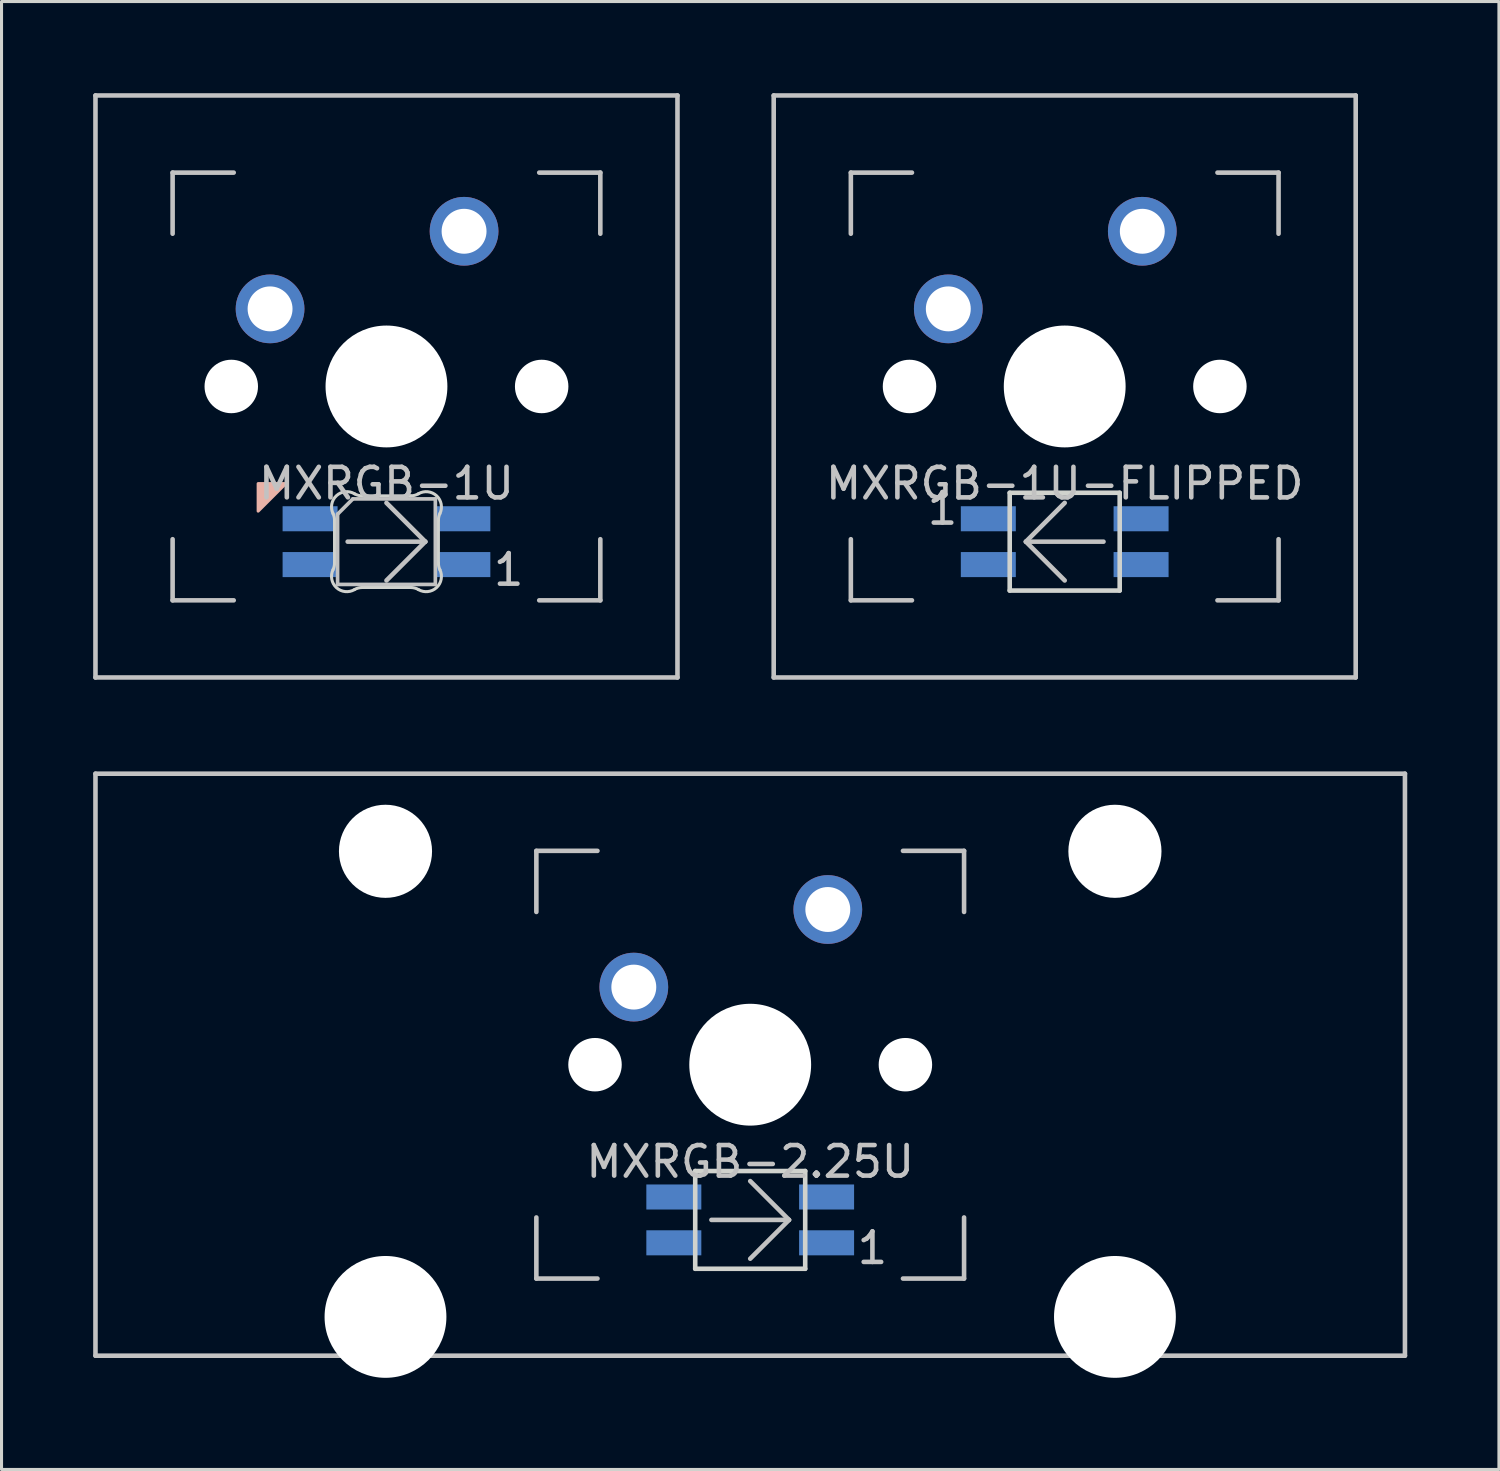
<source format=kicad_pcb>
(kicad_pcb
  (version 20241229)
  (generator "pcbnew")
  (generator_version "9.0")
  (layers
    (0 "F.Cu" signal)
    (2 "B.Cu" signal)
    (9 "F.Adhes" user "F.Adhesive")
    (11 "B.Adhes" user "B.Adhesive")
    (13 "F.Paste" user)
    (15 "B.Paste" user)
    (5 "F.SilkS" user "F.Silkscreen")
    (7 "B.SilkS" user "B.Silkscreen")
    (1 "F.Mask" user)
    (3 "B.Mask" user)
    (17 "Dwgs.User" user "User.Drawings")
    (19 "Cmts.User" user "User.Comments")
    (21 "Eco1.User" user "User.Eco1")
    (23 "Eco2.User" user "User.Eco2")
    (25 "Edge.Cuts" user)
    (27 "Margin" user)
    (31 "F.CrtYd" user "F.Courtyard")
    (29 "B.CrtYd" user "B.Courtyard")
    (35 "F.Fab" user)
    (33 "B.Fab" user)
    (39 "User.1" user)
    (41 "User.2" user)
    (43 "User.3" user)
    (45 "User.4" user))
  (footprint "MXRGB-1U"
    (layer "F.Cu")
    (at 9.6 9.6)
    (property "Reference" "MXRGB-1U" (at 0 3.175 0) (layer "Dwgs.User") (effects (font (size 1 1) (thickness 0.15))))
    (attr through_hole)
    (fp_poly (pts (xy -4.2 4.08) (xy -3.3 3.18) (xy -4.2 3.18)) (stroke (width 0.1) (type solid)) (fill yes) (layer "B.SilkS"))
    (fp_line (start -9.525 -9.525) (end 9.525 -9.525) (stroke (width 0.15) (type solid)) (layer "Dwgs.User"))
    (fp_line (start -9.525 9.525) (end -9.525 -9.525) (stroke (width 0.15) (type solid)) (layer "Dwgs.User"))
    (fp_line (start -7 -7) (end -7 -5) (stroke (width 0.15) (type solid)) (layer "Dwgs.User"))
    (fp_line (start -7 5) (end -7 7) (stroke (width 0.15) (type solid)) (layer "Dwgs.User"))
    (fp_line (start -7 7) (end -5 7) (stroke (width 0.15) (type solid)) (layer "Dwgs.User"))
    (fp_line (start -5 -7) (end -7 -7) (stroke (width 0.15) (type solid)) (layer "Dwgs.User"))
    (fp_line (start -1.6 4.18) (end -1.6 6.48) (stroke (width 0.12) (type solid)) (layer "Dwgs.User"))
    (fp_line (start -1.6 4.18) (end -1.1 3.68) (stroke (width 0.12) (type solid)) (layer "Dwgs.User"))
    (fp_line (start -1.6 6.48) (end 1.6 6.48) (stroke (width 0.12) (type solid)) (layer "Dwgs.User"))
    (fp_line (start -1.27 5.08) (end 1.27 5.08) (stroke (width 0.15) (type solid)) (layer "Dwgs.User"))
    (fp_line (start 1.27 5.08) (end 0 3.81) (stroke (width 0.15) (type solid)) (layer "Dwgs.User"))
    (fp_line (start 1.27 5.08) (end 0 6.35) (stroke (width 0.15) (type solid)) (layer "Dwgs.User"))
    (fp_line (start 1.6 3.68) (end -1.1 3.68) (stroke (width 0.12) (type solid)) (layer "Dwgs.User"))
    (fp_line (start 1.6 6.48) (end 1.6 3.68) (stroke (width 0.12) (type solid)) (layer "Dwgs.User"))
    (fp_line (start 5 -7) (end 7 -7) (stroke (width 0.15) (type solid)) (layer "Dwgs.User"))
    (fp_line (start 5 7) (end 7 7) (stroke (width 0.15) (type solid)) (layer "Dwgs.User"))
    (fp_line (start 7 -7) (end 7 -5) (stroke (width 0.15) (type solid)) (layer "Dwgs.User"))
    (fp_line (start 7 7) (end 7 5) (stroke (width 0.15) (type solid)) (layer "Dwgs.User"))
    (fp_line (start 9.525 -9.525) (end 9.525 9.525) (stroke (width 0.15) (type solid)) (layer "Dwgs.User"))
    (fp_line (start 9.525 9.525) (end -9.525 9.525) (stroke (width 0.15) (type solid)) (layer "Dwgs.User"))
    (fp_line (start -1.7 5.783) (end -1.7 4.377) (stroke (width 0.1) (type solid)) (layer "Edge.Cuts"))
    (fp_line (start -0.794 3.58) (end 0.794 3.58) (stroke (width 0.1) (type solid)) (layer "Edge.Cuts"))
    (fp_line (start 0.794 6.58) (end -0.794 6.58) (stroke (width 0.1) (type solid)) (layer "Edge.Cuts"))
    (fp_line (start 1.7 4.377) (end 1.7 5.783) (stroke (width 0.1) (type solid)) (layer "Edge.Cuts"))
    (fp_arc (start -1.749484 4.160281) (mid -1.712527 4.265933) (end -1.699999 4.377159) (stroke (width 0.1) (type solid)) (layer "Edge.Cuts"))
    (fp_arc (start -1.749484 4.160282) (mid -1.638072 3.575966) (end -1.046711 3.511702) (stroke (width 0.1) (type solid)) (layer "Edge.Cuts"))
    (fp_arc (start -1.699999 5.782844) (mid -1.712527 5.894069) (end -1.749484 5.999721) (stroke (width 0.1) (type solid)) (layer "Edge.Cuts"))
    (fp_arc (start -1.046711 6.648299) (mid -1.638071 6.584035) (end -1.749484 5.999721) (stroke (width 0.1) (type solid)) (layer "Edge.Cuts"))
    (fp_arc (start -1.046711 6.648299) (mid -0.925123 6.597377) (end -0.794453 6.58) (stroke (width 0.1) (type solid)) (layer "Edge.Cuts"))
    (fp_arc (start -0.794452 3.580001) (mid -0.925123 3.562624) (end -1.046711 3.511702) (stroke (width 0.1) (type solid)) (layer "Edge.Cuts"))
    (fp_arc (start 0.794453 6.580001) (mid 0.925123 6.597378) (end 1.046711 6.6483) (stroke (width 0.1) (type solid)) (layer "Edge.Cuts"))
    (fp_arc (start 1.04671 3.511702) (mid 0.925122 3.562624) (end 0.794452 3.580001) (stroke (width 0.1) (type solid)) (layer "Edge.Cuts"))
    (fp_arc (start 1.046711 3.511704) (mid 1.63807 3.575967) (end 1.749484 4.160281) (stroke (width 0.1) (type solid)) (layer "Edge.Cuts"))
    (fp_arc (start 1.699999 4.377158) (mid 1.712527 4.265933) (end 1.749484 4.160281) (stroke (width 0.1) (type solid)) (layer "Edge.Cuts"))
    (fp_arc (start 1.749484 5.999721) (mid 1.638071 6.584036) (end 1.046711 6.6483) (stroke (width 0.1) (type solid)) (layer "Edge.Cuts"))
    (fp_arc (start 1.749484 5.999721) (mid 1.712527 5.894069) (end 1.699999 5.782843) (stroke (width 0.1) (type solid)) (layer "Edge.Cuts"))
    (fp_text user "1" (at 4 6 0) (layer "Dwgs.User") (effects (font (size 1 1) (thickness 0.15))))
    (pad "" np_thru_hole circle (at -5.08 0 48.1) (size 1.75 1.75) (drill 1.75) (layers "*.Cu" "*.Mask"))
    (pad "" np_thru_hole circle (at 0 0) (size 3.988 3.988) (drill 3.988) (layers "*.Cu" "*.Mask"))
    (pad "" np_thru_hole circle (at 5.08 0 48.1) (size 1.75 1.75) (drill 1.75) (layers "*.Cu" "*.Mask"))
    (pad "1" thru_hole circle (at -3.81 -2.54) (size 2.25 2.25) (drill 1.47) (layers "*.Cu" "B.Mask"))
    (pad "2" thru_hole circle (at 2.54 -5.08) (size 2.25 2.25) (drill 1.47) (layers "*.Cu" "B.Mask"))
    (pad "3" smd rect (at 2.5 5.83) (size 1.8 0.82) (layers "B.Cu" "B.Mask" "B.Paste"))
    (pad "4" smd rect (at 2.5 4.33) (size 1.8 0.82) (layers "B.Cu" "B.Mask" "B.Paste"))
    (pad "5" smd rect (at -2.5 4.33) (size 1.8 0.82) (layers "B.Cu" "B.Mask" "B.Paste"))
    (pad "6" smd rect (at -2.5 5.83) (size 1.8 0.82) (layers "B.Cu" "B.Mask" "B.Paste")))
  (footprint "MXRGB-1U-FLIPPED"
    (layer "F.Cu")
    (at 31.8 9.6)
    (property "Reference" "MXRGB-1U-FLIPPED" (at 0 3.175 0) (layer "Dwgs.User") (effects (font (size 1 1) (thickness 0.15))))
    (attr through_hole)
    (fp_line (start -9.525 -9.525) (end 9.525 -9.525) (stroke (width 0.15) (type solid)) (layer "Dwgs.User"))
    (fp_line (start -9.525 9.525) (end -9.525 -9.525) (stroke (width 0.15) (type solid)) (layer "Dwgs.User"))
    (fp_line (start -7 -7) (end -7 -5) (stroke (width 0.15) (type solid)) (layer "Dwgs.User"))
    (fp_line (start -7 5) (end -7 7) (stroke (width 0.15) (type solid)) (layer "Dwgs.User"))
    (fp_line (start -7 7) (end -5 7) (stroke (width 0.15) (type solid)) (layer "Dwgs.User"))
    (fp_line (start -5 -7) (end -7 -7) (stroke (width 0.15) (type solid)) (layer "Dwgs.User"))
    (fp_line (start -1.27 5.08) (end 0 3.81) (stroke (width 0.15) (type solid)) (layer "Dwgs.User"))
    (fp_line (start -1.27 5.08) (end 0 6.35) (stroke (width 0.15) (type solid)) (layer "Dwgs.User"))
    (fp_line (start -1.27 5.08) (end 1.27 5.08) (stroke (width 0.15) (type solid)) (layer "Dwgs.User"))
    (fp_line (start 5 -7) (end 7 -7) (stroke (width 0.15) (type solid)) (layer "Dwgs.User"))
    (fp_line (start 5 7) (end 7 7) (stroke (width 0.15) (type solid)) (layer "Dwgs.User"))
    (fp_line (start 7 -7) (end 7 -5) (stroke (width 0.15) (type solid)) (layer "Dwgs.User"))
    (fp_line (start 7 7) (end 7 5) (stroke (width 0.15) (type solid)) (layer "Dwgs.User"))
    (fp_line (start 9.525 -9.525) (end 9.525 9.525) (stroke (width 0.15) (type solid)) (layer "Dwgs.User"))
    (fp_line (start 9.525 9.525) (end -9.525 9.525) (stroke (width 0.15) (type solid)) (layer "Dwgs.User"))
    (fp_line (start -1.8 3.48) (end -1.8 6.68) (stroke (width 0.15) (type solid)) (layer "Edge.Cuts"))
    (fp_line (start -1.8 3.48) (end 1.8 3.48) (stroke (width 0.15) (type solid)) (layer "Edge.Cuts"))
    (fp_line (start 1.8 3.48) (end 1.8 6.68) (stroke (width 0.15) (type solid)) (layer "Edge.Cuts"))
    (fp_line (start 1.8 6.68) (end -1.8 6.68) (stroke (width 0.15) (type solid)) (layer "Edge.Cuts"))
    (fp_text user "1" (at -4 4 0) (layer "Dwgs.User") (effects (font (size 1 1) (thickness 0.15))))
    (pad "" np_thru_hole circle (at -5.08 0 48.1) (size 1.75 1.75) (drill 1.75) (layers "*.Cu" "*.Mask"))
    (pad "" np_thru_hole circle (at 0 0) (size 3.988 3.988) (drill 3.988) (layers "*.Cu" "*.Mask"))
    (pad "" np_thru_hole circle (at 5.08 0 48.1) (size 1.75 1.75) (drill 1.75) (layers "*.Cu" "*.Mask"))
    (pad "1" thru_hole circle (at -3.81 -2.54) (size 2.25 2.25) (drill 1.47) (layers "*.Cu" "B.Mask"))
    (pad "2" thru_hole circle (at 2.54 -5.08) (size 2.25 2.25) (drill 1.47) (layers "*.Cu" "B.Mask"))
    (pad "3" smd rect (at -2.5 4.33) (size 1.8 0.82) (layers "B.Cu" "B.Mask" "B.Paste"))
    (pad "4" smd rect (at -2.5 5.83) (size 1.8 0.82) (layers "B.Cu" "B.Mask" "B.Paste"))
    (pad "5" smd rect (at 2.5 5.83) (size 1.8 0.82) (layers "B.Cu" "B.Mask" "B.Paste"))
    (pad "6" smd rect (at 2.5 4.33) (size 1.8 0.82) (layers "B.Cu" "B.Mask" "B.Paste")))
  (footprint "MXRGB-2.25U"
    (layer "F.Cu")
    (at 21.506 31.8)
    (property "Reference" "MXRGB-2.25U" (at 0 3.175 0) (layer "Dwgs.User") (effects (font (size 1 1) (thickness 0.15))))
    (attr through_hole)
    (fp_line (start -21.431 -9.525) (end 21.431 -9.525) (stroke (width 0.15) (type solid)) (layer "Dwgs.User"))
    (fp_line (start -21.431 9.525) (end -21.431 -9.525) (stroke (width 0.15) (type solid)) (layer "Dwgs.User"))
    (fp_line (start -21.431 9.525) (end 21.431 9.525) (stroke (width 0.15) (type solid)) (layer "Dwgs.User"))
    (fp_line (start -7 -7) (end -7 -5) (stroke (width 0.15) (type solid)) (layer "Dwgs.User"))
    (fp_line (start -7 5) (end -7 7) (stroke (width 0.15) (type solid)) (layer "Dwgs.User"))
    (fp_line (start -7 7) (end -5 7) (stroke (width 0.15) (type solid)) (layer "Dwgs.User"))
    (fp_line (start -5 -7) (end -7 -7) (stroke (width 0.15) (type solid)) (layer "Dwgs.User"))
    (fp_line (start -1.27 5.08) (end 1.27 5.08) (stroke (width 0.15) (type solid)) (layer "Dwgs.User"))
    (fp_line (start 1.27 5.08) (end 0 3.81) (stroke (width 0.15) (type solid)) (layer "Dwgs.User"))
    (fp_line (start 1.27 5.08) (end 0 6.35) (stroke (width 0.15) (type solid)) (layer "Dwgs.User"))
    (fp_line (start 5 -7) (end 7 -7) (stroke (width 0.15) (type solid)) (layer "Dwgs.User"))
    (fp_line (start 5 7) (end 7 7) (stroke (width 0.15) (type solid)) (layer "Dwgs.User"))
    (fp_line (start 7 -7) (end 7 -5) (stroke (width 0.15) (type solid)) (layer "Dwgs.User"))
    (fp_line (start 7 7) (end 7 5) (stroke (width 0.15) (type solid)) (layer "Dwgs.User"))
    (fp_line (start 21.431 -9.525) (end 21.431 9.525) (stroke (width 0.15) (type solid)) (layer "Dwgs.User"))
    (fp_line (start -1.8 3.48) (end -1.8 6.68) (stroke (width 0.15) (type solid)) (layer "Edge.Cuts"))
    (fp_line (start -1.8 3.48) (end 1.8 3.48) (stroke (width 0.15) (type solid)) (layer "Edge.Cuts"))
    (fp_line (start 1.8 3.48) (end 1.8 6.68) (stroke (width 0.15) (type solid)) (layer "Edge.Cuts"))
    (fp_line (start 1.8 6.68) (end -1.8 6.68) (stroke (width 0.15) (type solid)) (layer "Edge.Cuts"))
    (fp_text user "1" (at 4 6 0) (layer "Dwgs.User") (effects (font (size 1 1) (thickness 0.15))))
    (pad "" np_thru_hole circle (at -11.938 -6.985) (size 3.048 3.048) (drill 3.048) (layers "*.Cu" "*.Mask"))
    (pad "" np_thru_hole circle (at -11.938 8.255) (size 3.988 3.988) (drill 3.988) (layers "*.Cu" "*.Mask"))
    (pad "" np_thru_hole circle (at -5.08 0 48.1) (size 1.75 1.75) (drill 1.75) (layers "*.Cu" "*.Mask"))
    (pad "" np_thru_hole circle (at 0 0) (size 3.988 3.988) (drill 3.988) (layers "*.Cu" "*.Mask"))
    (pad "" np_thru_hole circle (at 5.08 0 48.1) (size 1.75 1.75) (drill 1.75) (layers "*.Cu" "*.Mask"))
    (pad "" np_thru_hole circle (at 11.938 -6.985) (size 3.048 3.048) (drill 3.048) (layers "*.Cu" "*.Mask"))
    (pad "" np_thru_hole circle (at 11.938 8.255) (size 3.988 3.988) (drill 3.988) (layers "*.Cu" "*.Mask"))
    (pad "1" thru_hole circle (at -3.81 -2.54) (size 2.25 2.25) (drill 1.47) (layers "*.Cu" "B.Mask"))
    (pad "2" thru_hole circle (at 2.54 -5.08) (size 2.25 2.25) (drill 1.47) (layers "*.Cu" "B.Mask"))
    (pad "3" smd rect (at 2.5 5.83) (size 1.8 0.82) (layers "B.Cu" "B.Mask" "B.Paste"))
    (pad "4" smd rect (at 2.5 4.33) (size 1.8 0.82) (layers "B.Cu" "B.Mask" "B.Paste"))
    (pad "5" smd rect (at -2.5 4.33) (size 1.8 0.82) (layers "B.Cu" "B.Mask" "B.Paste"))
    (pad "6" smd rect (at -2.5 5.83) (size 1.8 0.82) (layers "B.Cu" "B.Mask" "B.Paste")))
  (gr_rect
    (start -3 -3)
    (end 46.013 45.049)
    (stroke (width 0.1) (type default))
    (fill no)
    (layer "Edge.Cuts")))
</source>
